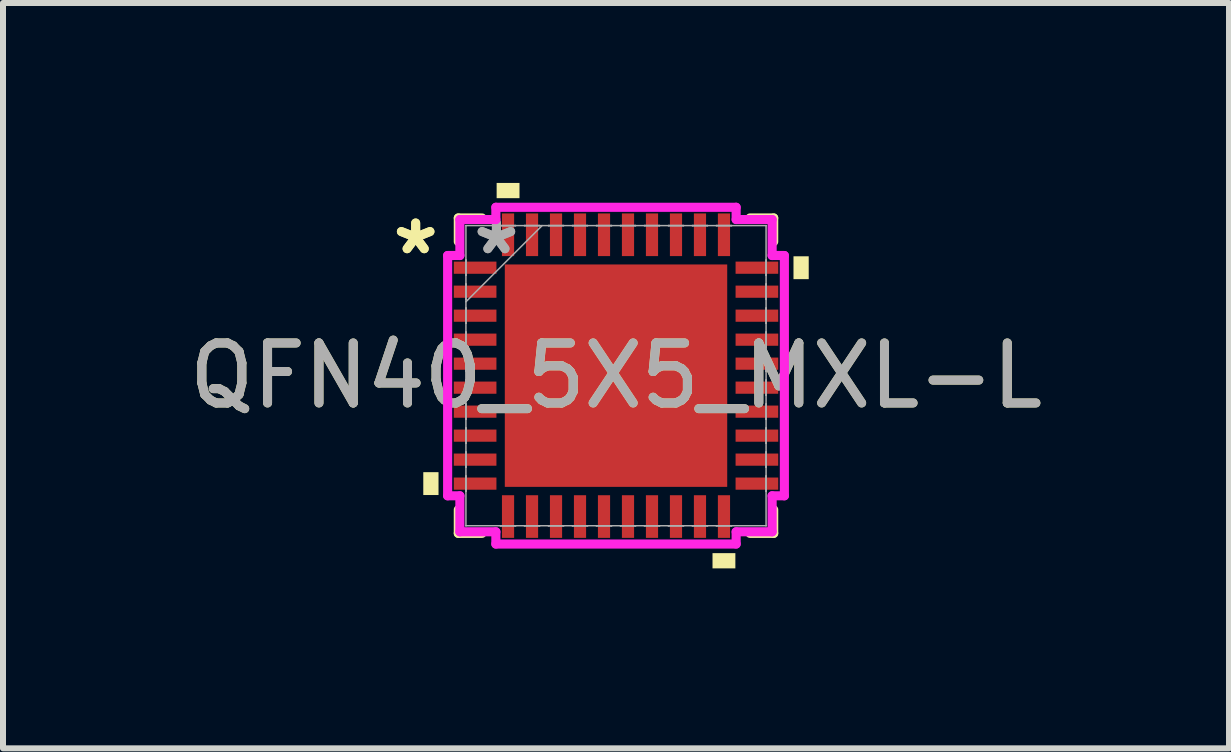
<source format=kicad_pcb>
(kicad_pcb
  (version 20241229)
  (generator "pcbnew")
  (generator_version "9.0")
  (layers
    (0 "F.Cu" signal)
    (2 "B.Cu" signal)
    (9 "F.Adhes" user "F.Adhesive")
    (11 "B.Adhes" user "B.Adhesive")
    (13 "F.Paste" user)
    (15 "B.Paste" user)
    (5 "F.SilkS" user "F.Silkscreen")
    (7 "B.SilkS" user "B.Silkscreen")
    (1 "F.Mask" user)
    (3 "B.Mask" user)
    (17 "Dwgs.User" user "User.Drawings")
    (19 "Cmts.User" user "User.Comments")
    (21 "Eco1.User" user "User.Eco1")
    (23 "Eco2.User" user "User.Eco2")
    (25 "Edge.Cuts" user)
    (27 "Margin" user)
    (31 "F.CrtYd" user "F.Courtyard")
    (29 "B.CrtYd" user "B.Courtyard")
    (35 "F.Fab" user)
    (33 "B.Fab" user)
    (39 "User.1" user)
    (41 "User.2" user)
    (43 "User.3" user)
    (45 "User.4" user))
  (footprint "QFN40_5X5_MXL-L"
    (layer "F.Cu")
    (at 7.22 3.213)
    (property "Reference" "QFN40_5X5_MXL-L" (at 0 0 0) (unlocked yes) (layer "F.SilkS") (effects (font (size 1 1) (thickness 0.15))))
    (attr smd)
    (fp_line (start -2.629 -2.629) (end -2.629 -2.234) (stroke (width 0.152) (type solid)) (layer "F.SilkS"))
    (fp_line (start -2.629 2.234) (end -2.629 2.629) (stroke (width 0.152) (type solid)) (layer "F.SilkS"))
    (fp_line (start -2.629 2.629) (end -2.234 2.629) (stroke (width 0.152) (type solid)) (layer "F.SilkS"))
    (fp_line (start -2.234 -2.629) (end -2.629 -2.629) (stroke (width 0.152) (type solid)) (layer "F.SilkS"))
    (fp_line (start 2.234 2.629) (end 2.629 2.629) (stroke (width 0.152) (type solid)) (layer "F.SilkS"))
    (fp_line (start 2.629 -2.629) (end 2.234 -2.629) (stroke (width 0.152) (type solid)) (layer "F.SilkS"))
    (fp_line (start 2.629 -2.234) (end 2.629 -2.629) (stroke (width 0.152) (type solid)) (layer "F.SilkS"))
    (fp_line (start 2.629 2.629) (end 2.629 2.234) (stroke (width 0.152) (type solid)) (layer "F.SilkS"))
    (fp_poly (pts (xy -3.213 1.609) (xy -3.213 1.99) (xy -2.959 1.99) (xy -2.959 1.609)) (stroke (width 0) (type solid)) (fill yes) (layer "F.SilkS"))
    (fp_poly (pts (xy -1.99 -2.959) (xy -1.99 -3.213) (xy -1.609 -3.213) (xy -1.609 -2.959)) (stroke (width 0) (type solid)) (fill yes) (layer "F.SilkS"))
    (fp_poly (pts (xy 1.609 2.959) (xy 1.609 3.213) (xy 1.99 3.213) (xy 1.99 2.959)) (stroke (width 0) (type solid)) (fill yes) (layer "F.SilkS"))
    (fp_poly (pts (xy 3.213 -1.99) (xy 3.213 -1.609) (xy 2.959 -1.609) (xy 2.959 -1.99)) (stroke (width 0) (type solid)) (fill yes) (layer "F.SilkS"))
    (fp_poly (pts (xy -1.754 -1.754) (xy -1.754 -0.1) (xy -0.1 -0.1) (xy -0.1 -1.754)) (stroke (width 0) (type solid)) (fill yes) (layer "F.Paste"))
    (fp_poly (pts (xy -1.754 0.1) (xy -1.754 1.754) (xy -0.1 1.754) (xy -0.1 0.1)) (stroke (width 0) (type solid)) (fill yes) (layer "F.Paste"))
    (fp_poly (pts (xy 0.1 -1.754) (xy 0.1 -0.1) (xy 1.754 -0.1) (xy 1.754 -1.754)) (stroke (width 0) (type solid)) (fill yes) (layer "F.Paste"))
    (fp_poly (pts (xy 0.1 0.1) (xy 0.1 1.754) (xy 1.754 1.754) (xy 1.754 0.1)) (stroke (width 0) (type solid)) (fill yes) (layer "F.Paste"))
    (fp_line (start -2.807 -2.003) (end -2.603 -2.003) (stroke (width 0.152) (type solid)) (layer "F.CrtYd"))
    (fp_line (start -2.807 2.003) (end -2.807 -2.003) (stroke (width 0.152) (type solid)) (layer "F.CrtYd"))
    (fp_line (start -2.603 -2.603) (end -2.003 -2.603) (stroke (width 0.152) (type solid)) (layer "F.CrtYd"))
    (fp_line (start -2.603 -2.003) (end -2.603 -2.603) (stroke (width 0.152) (type solid)) (layer "F.CrtYd"))
    (fp_line (start -2.603 2.003) (end -2.807 2.003) (stroke (width 0.152) (type solid)) (layer "F.CrtYd"))
    (fp_line (start -2.603 2.603) (end -2.603 2.003) (stroke (width 0.152) (type solid)) (layer "F.CrtYd"))
    (fp_line (start -2.003 -2.807) (end 2.003 -2.807) (stroke (width 0.152) (type solid)) (layer "F.CrtYd"))
    (fp_line (start -2.003 -2.603) (end -2.003 -2.807) (stroke (width 0.152) (type solid)) (layer "F.CrtYd"))
    (fp_line (start -2.003 2.603) (end -2.603 2.603) (stroke (width 0.152) (type solid)) (layer "F.CrtYd"))
    (fp_line (start -2.003 2.807) (end -2.003 2.603) (stroke (width 0.152) (type solid)) (layer "F.CrtYd"))
    (fp_line (start 2.003 -2.807) (end 2.003 -2.603) (stroke (width 0.152) (type solid)) (layer "F.CrtYd"))
    (fp_line (start 2.003 -2.603) (end 2.603 -2.603) (stroke (width 0.152) (type solid)) (layer "F.CrtYd"))
    (fp_line (start 2.003 2.603) (end 2.003 2.807) (stroke (width 0.152) (type solid)) (layer "F.CrtYd"))
    (fp_line (start 2.003 2.807) (end -2.003 2.807) (stroke (width 0.152) (type solid)) (layer "F.CrtYd"))
    (fp_line (start 2.603 -2.603) (end 2.603 -2.003) (stroke (width 0.152) (type solid)) (layer "F.CrtYd"))
    (fp_line (start 2.603 -2.003) (end 2.807 -2.003) (stroke (width 0.152) (type solid)) (layer "F.CrtYd"))
    (fp_line (start 2.603 2.003) (end 2.603 2.603) (stroke (width 0.152) (type solid)) (layer "F.CrtYd"))
    (fp_line (start 2.603 2.603) (end 2.003 2.603) (stroke (width 0.152) (type solid)) (layer "F.CrtYd"))
    (fp_line (start 2.807 -2.003) (end 2.807 2.003) (stroke (width 0.152) (type solid)) (layer "F.CrtYd"))
    (fp_line (start 2.807 2.003) (end 2.603 2.003) (stroke (width 0.152) (type solid)) (layer "F.CrtYd"))
    (fp_line (start -2.502 -2.502) (end -2.502 -2.502) (stroke (width 0.025) (type solid)) (layer "F.Fab"))
    (fp_line (start -2.502 -2.502) (end -2.502 2.502) (stroke (width 0.025) (type solid)) (layer "F.Fab"))
    (fp_line (start -2.502 -1.927) (end -2.502 -1.927) (stroke (width 0.025) (type solid)) (layer "F.Fab"))
    (fp_line (start -2.502 -1.927) (end -2.502 -1.673) (stroke (width 0.025) (type solid)) (layer "F.Fab"))
    (fp_line (start -2.502 -1.673) (end -2.502 -1.927) (stroke (width 0.025) (type solid)) (layer "F.Fab"))
    (fp_line (start -2.502 -1.673) (end -2.502 -1.673) (stroke (width 0.025) (type solid)) (layer "F.Fab"))
    (fp_line (start -2.502 -1.527) (end -2.502 -1.527) (stroke (width 0.025) (type solid)) (layer "F.Fab"))
    (fp_line (start -2.502 -1.527) (end -2.502 -1.273) (stroke (width 0.025) (type solid)) (layer "F.Fab"))
    (fp_line (start -2.502 -1.273) (end -2.502 -1.527) (stroke (width 0.025) (type solid)) (layer "F.Fab"))
    (fp_line (start -2.502 -1.273) (end -2.502 -1.273) (stroke (width 0.025) (type solid)) (layer "F.Fab"))
    (fp_line (start -2.502 -1.232) (end -1.232 -2.502) (stroke (width 0.025) (type solid)) (layer "F.Fab"))
    (fp_line (start -2.502 -1.127) (end -2.502 -1.127) (stroke (width 0.025) (type solid)) (layer "F.Fab"))
    (fp_line (start -2.502 -1.127) (end -2.502 -0.873) (stroke (width 0.025) (type solid)) (layer "F.Fab"))
    (fp_line (start -2.502 -0.873) (end -2.502 -1.127) (stroke (width 0.025) (type solid)) (layer "F.Fab"))
    (fp_line (start -2.502 -0.873) (end -2.502 -0.873) (stroke (width 0.025) (type solid)) (layer "F.Fab"))
    (fp_line (start -2.502 -0.727) (end -2.502 -0.727) (stroke (width 0.025) (type solid)) (layer "F.Fab"))
    (fp_line (start -2.502 -0.727) (end -2.502 -0.473) (stroke (width 0.025) (type solid)) (layer "F.Fab"))
    (fp_line (start -2.502 -0.473) (end -2.502 -0.727) (stroke (width 0.025) (type solid)) (layer "F.Fab"))
    (fp_line (start -2.502 -0.473) (end -2.502 -0.473) (stroke (width 0.025) (type solid)) (layer "F.Fab"))
    (fp_line (start -2.502 -0.327) (end -2.502 -0.327) (stroke (width 0.025) (type solid)) (layer "F.Fab"))
    (fp_line (start -2.502 -0.327) (end -2.502 -0.073) (stroke (width 0.025) (type solid)) (layer "F.Fab"))
    (fp_line (start -2.502 -0.073) (end -2.502 -0.327) (stroke (width 0.025) (type solid)) (layer "F.Fab"))
    (fp_line (start -2.502 -0.073) (end -2.502 -0.073) (stroke (width 0.025) (type solid)) (layer "F.Fab"))
    (fp_line (start -2.502 0.073) (end -2.502 0.073) (stroke (width 0.025) (type solid)) (layer "F.Fab"))
    (fp_line (start -2.502 0.073) (end -2.502 0.327) (stroke (width 0.025) (type solid)) (layer "F.Fab"))
    (fp_line (start -2.502 0.327) (end -2.502 0.073) (stroke (width 0.025) (type solid)) (layer "F.Fab"))
    (fp_line (start -2.502 0.327) (end -2.502 0.327) (stroke (width 0.025) (type solid)) (layer "F.Fab"))
    (fp_line (start -2.502 0.473) (end -2.502 0.473) (stroke (width 0.025) (type solid)) (layer "F.Fab"))
    (fp_line (start -2.502 0.473) (end -2.502 0.727) (stroke (width 0.025) (type solid)) (layer "F.Fab"))
    (fp_line (start -2.502 0.727) (end -2.502 0.473) (stroke (width 0.025) (type solid)) (layer "F.Fab"))
    (fp_line (start -2.502 0.727) (end -2.502 0.727) (stroke (width 0.025) (type solid)) (layer "F.Fab"))
    (fp_line (start -2.502 0.873) (end -2.502 0.873) (stroke (width 0.025) (type solid)) (layer "F.Fab"))
    (fp_line (start -2.502 0.873) (end -2.502 1.127) (stroke (width 0.025) (type solid)) (layer "F.Fab"))
    (fp_line (start -2.502 1.127) (end -2.502 0.873) (stroke (width 0.025) (type solid)) (layer "F.Fab"))
    (fp_line (start -2.502 1.127) (end -2.502 1.127) (stroke (width 0.025) (type solid)) (layer "F.Fab"))
    (fp_line (start -2.502 1.273) (end -2.502 1.273) (stroke (width 0.025) (type solid)) (layer "F.Fab"))
    (fp_line (start -2.502 1.273) (end -2.502 1.527) (stroke (width 0.025) (type solid)) (layer "F.Fab"))
    (fp_line (start -2.502 1.527) (end -2.502 1.273) (stroke (width 0.025) (type solid)) (layer "F.Fab"))
    (fp_line (start -2.502 1.527) (end -2.502 1.527) (stroke (width 0.025) (type solid)) (layer "F.Fab"))
    (fp_line (start -2.502 1.673) (end -2.502 1.673) (stroke (width 0.025) (type solid)) (layer "F.Fab"))
    (fp_line (start -2.502 1.673) (end -2.502 1.927) (stroke (width 0.025) (type solid)) (layer "F.Fab"))
    (fp_line (start -2.502 1.927) (end -2.502 1.673) (stroke (width 0.025) (type solid)) (layer "F.Fab"))
    (fp_line (start -2.502 1.927) (end -2.502 1.927) (stroke (width 0.025) (type solid)) (layer "F.Fab"))
    (fp_line (start -2.502 2.502) (end -2.502 2.502) (stroke (width 0.025) (type solid)) (layer "F.Fab"))
    (fp_line (start -2.502 2.502) (end 2.502 2.502) (stroke (width 0.025) (type solid)) (layer "F.Fab"))
    (fp_line (start -1.927 -2.502) (end -1.927 -2.502) (stroke (width 0.025) (type solid)) (layer "F.Fab"))
    (fp_line (start -1.927 -2.502) (end -1.673 -2.502) (stroke (width 0.025) (type solid)) (layer "F.Fab"))
    (fp_line (start -1.927 2.502) (end -1.927 2.502) (stroke (width 0.025) (type solid)) (layer "F.Fab"))
    (fp_line (start -1.927 2.502) (end -1.673 2.502) (stroke (width 0.025) (type solid)) (layer "F.Fab"))
    (fp_line (start -1.673 -2.502) (end -1.927 -2.502) (stroke (width 0.025) (type solid)) (layer "F.Fab"))
    (fp_line (start -1.673 -2.502) (end -1.673 -2.502) (stroke (width 0.025) (type solid)) (layer "F.Fab"))
    (fp_line (start -1.673 2.502) (end -1.927 2.502) (stroke (width 0.025) (type solid)) (layer "F.Fab"))
    (fp_line (start -1.673 2.502) (end -1.673 2.502) (stroke (width 0.025) (type solid)) (layer "F.Fab"))
    (fp_line (start -1.527 -2.502) (end -1.527 -2.502) (stroke (width 0.025) (type solid)) (layer "F.Fab"))
    (fp_line (start -1.527 -2.502) (end -1.273 -2.502) (stroke (width 0.025) (type solid)) (layer "F.Fab"))
    (fp_line (start -1.527 2.502) (end -1.527 2.502) (stroke (width 0.025) (type solid)) (layer "F.Fab"))
    (fp_line (start -1.527 2.502) (end -1.273 2.502) (stroke (width 0.025) (type solid)) (layer "F.Fab"))
    (fp_line (start -1.273 -2.502) (end -1.527 -2.502) (stroke (width 0.025) (type solid)) (layer "F.Fab"))
    (fp_line (start -1.273 -2.502) (end -1.273 -2.502) (stroke (width 0.025) (type solid)) (layer "F.Fab"))
    (fp_line (start -1.273 2.502) (end -1.527 2.502) (stroke (width 0.025) (type solid)) (layer "F.Fab"))
    (fp_line (start -1.273 2.502) (end -1.273 2.502) (stroke (width 0.025) (type solid)) (layer "F.Fab"))
    (fp_line (start -1.127 -2.502) (end -1.127 -2.502) (stroke (width 0.025) (type solid)) (layer "F.Fab"))
    (fp_line (start -1.127 -2.502) (end -0.873 -2.502) (stroke (width 0.025) (type solid)) (layer "F.Fab"))
    (fp_line (start -1.127 2.502) (end -1.127 2.502) (stroke (width 0.025) (type solid)) (layer "F.Fab"))
    (fp_line (start -1.127 2.502) (end -0.873 2.502) (stroke (width 0.025) (type solid)) (layer "F.Fab"))
    (fp_line (start -0.873 -2.502) (end -1.127 -2.502) (stroke (width 0.025) (type solid)) (layer "F.Fab"))
    (fp_line (start -0.873 -2.502) (end -0.873 -2.502) (stroke (width 0.025) (type solid)) (layer "F.Fab"))
    (fp_line (start -0.873 2.502) (end -1.127 2.502) (stroke (width 0.025) (type solid)) (layer "F.Fab"))
    (fp_line (start -0.873 2.502) (end -0.873 2.502) (stroke (width 0.025) (type solid)) (layer "F.Fab"))
    (fp_line (start -0.727 -2.502) (end -0.727 -2.502) (stroke (width 0.025) (type solid)) (layer "F.Fab"))
    (fp_line (start -0.727 -2.502) (end -0.473 -2.502) (stroke (width 0.025) (type solid)) (layer "F.Fab"))
    (fp_line (start -0.727 2.502) (end -0.727 2.502) (stroke (width 0.025) (type solid)) (layer "F.Fab"))
    (fp_line (start -0.727 2.502) (end -0.473 2.502) (stroke (width 0.025) (type solid)) (layer "F.Fab"))
    (fp_line (start -0.473 -2.502) (end -0.727 -2.502) (stroke (width 0.025) (type solid)) (layer "F.Fab"))
    (fp_line (start -0.473 -2.502) (end -0.473 -2.502) (stroke (width 0.025) (type solid)) (layer "F.Fab"))
    (fp_line (start -0.473 2.502) (end -0.727 2.502) (stroke (width 0.025) (type solid)) (layer "F.Fab"))
    (fp_line (start -0.473 2.502) (end -0.473 2.502) (stroke (width 0.025) (type solid)) (layer "F.Fab"))
    (fp_line (start -0.327 -2.502) (end -0.327 -2.502) (stroke (width 0.025) (type solid)) (layer "F.Fab"))
    (fp_line (start -0.327 -2.502) (end -0.073 -2.502) (stroke (width 0.025) (type solid)) (layer "F.Fab"))
    (fp_line (start -0.327 2.502) (end -0.327 2.502) (stroke (width 0.025) (type solid)) (layer "F.Fab"))
    (fp_line (start -0.327 2.502) (end -0.073 2.502) (stroke (width 0.025) (type solid)) (layer "F.Fab"))
    (fp_line (start -0.073 -2.502) (end -0.327 -2.502) (stroke (width 0.025) (type solid)) (layer "F.Fab"))
    (fp_line (start -0.073 -2.502) (end -0.073 -2.502) (stroke (width 0.025) (type solid)) (layer "F.Fab"))
    (fp_line (start -0.073 2.502) (end -0.327 2.502) (stroke (width 0.025) (type solid)) (layer "F.Fab"))
    (fp_line (start -0.073 2.502) (end -0.073 2.502) (stroke (width 0.025) (type solid)) (layer "F.Fab"))
    (fp_line (start 0.073 -2.502) (end 0.073 -2.502) (stroke (width 0.025) (type solid)) (layer "F.Fab"))
    (fp_line (start 0.073 -2.502) (end 0.327 -2.502) (stroke (width 0.025) (type solid)) (layer "F.Fab"))
    (fp_line (start 0.073 2.502) (end 0.073 2.502) (stroke (width 0.025) (type solid)) (layer "F.Fab"))
    (fp_line (start 0.073 2.502) (end 0.327 2.502) (stroke (width 0.025) (type solid)) (layer "F.Fab"))
    (fp_line (start 0.327 -2.502) (end 0.073 -2.502) (stroke (width 0.025) (type solid)) (layer "F.Fab"))
    (fp_line (start 0.327 -2.502) (end 0.327 -2.502) (stroke (width 0.025) (type solid)) (layer "F.Fab"))
    (fp_line (start 0.327 2.502) (end 0.073 2.502) (stroke (width 0.025) (type solid)) (layer "F.Fab"))
    (fp_line (start 0.327 2.502) (end 0.327 2.502) (stroke (width 0.025) (type solid)) (layer "F.Fab"))
    (fp_line (start 0.473 -2.502) (end 0.473 -2.502) (stroke (width 0.025) (type solid)) (layer "F.Fab"))
    (fp_line (start 0.473 -2.502) (end 0.727 -2.502) (stroke (width 0.025) (type solid)) (layer "F.Fab"))
    (fp_line (start 0.473 2.502) (end 0.473 2.502) (stroke (width 0.025) (type solid)) (layer "F.Fab"))
    (fp_line (start 0.473 2.502) (end 0.727 2.502) (stroke (width 0.025) (type solid)) (layer "F.Fab"))
    (fp_line (start 0.727 -2.502) (end 0.473 -2.502) (stroke (width 0.025) (type solid)) (layer "F.Fab"))
    (fp_line (start 0.727 -2.502) (end 0.727 -2.502) (stroke (width 0.025) (type solid)) (layer "F.Fab"))
    (fp_line (start 0.727 2.502) (end 0.473 2.502) (stroke (width 0.025) (type solid)) (layer "F.Fab"))
    (fp_line (start 0.727 2.502) (end 0.727 2.502) (stroke (width 0.025) (type solid)) (layer "F.Fab"))
    (fp_line (start 0.873 -2.502) (end 0.873 -2.502) (stroke (width 0.025) (type solid)) (layer "F.Fab"))
    (fp_line (start 0.873 -2.502) (end 1.127 -2.502) (stroke (width 0.025) (type solid)) (layer "F.Fab"))
    (fp_line (start 0.873 2.502) (end 0.873 2.502) (stroke (width 0.025) (type solid)) (layer "F.Fab"))
    (fp_line (start 0.873 2.502) (end 1.127 2.502) (stroke (width 0.025) (type solid)) (layer "F.Fab"))
    (fp_line (start 1.127 -2.502) (end 0.873 -2.502) (stroke (width 0.025) (type solid)) (layer "F.Fab"))
    (fp_line (start 1.127 -2.502) (end 1.127 -2.502) (stroke (width 0.025) (type solid)) (layer "F.Fab"))
    (fp_line (start 1.127 2.502) (end 0.873 2.502) (stroke (width 0.025) (type solid)) (layer "F.Fab"))
    (fp_line (start 1.127 2.502) (end 1.127 2.502) (stroke (width 0.025) (type solid)) (layer "F.Fab"))
    (fp_line (start 1.273 -2.502) (end 1.273 -2.502) (stroke (width 0.025) (type solid)) (layer "F.Fab"))
    (fp_line (start 1.273 -2.502) (end 1.527 -2.502) (stroke (width 0.025) (type solid)) (layer "F.Fab"))
    (fp_line (start 1.273 2.502) (end 1.273 2.502) (stroke (width 0.025) (type solid)) (layer "F.Fab"))
    (fp_line (start 1.273 2.502) (end 1.527 2.502) (stroke (width 0.025) (type solid)) (layer "F.Fab"))
    (fp_line (start 1.527 -2.502) (end 1.273 -2.502) (stroke (width 0.025) (type solid)) (layer "F.Fab"))
    (fp_line (start 1.527 -2.502) (end 1.527 -2.502) (stroke (width 0.025) (type solid)) (layer "F.Fab"))
    (fp_line (start 1.527 2.502) (end 1.273 2.502) (stroke (width 0.025) (type solid)) (layer "F.Fab"))
    (fp_line (start 1.527 2.502) (end 1.527 2.502) (stroke (width 0.025) (type solid)) (layer "F.Fab"))
    (fp_line (start 1.673 -2.502) (end 1.673 -2.502) (stroke (width 0.025) (type solid)) (layer "F.Fab"))
    (fp_line (start 1.673 -2.502) (end 1.927 -2.502) (stroke (width 0.025) (type solid)) (layer "F.Fab"))
    (fp_line (start 1.673 2.502) (end 1.673 2.502) (stroke (width 0.025) (type solid)) (layer "F.Fab"))
    (fp_line (start 1.673 2.502) (end 1.927 2.502) (stroke (width 0.025) (type solid)) (layer "F.Fab"))
    (fp_line (start 1.927 -2.502) (end 1.673 -2.502) (stroke (width 0.025) (type solid)) (layer "F.Fab"))
    (fp_line (start 1.927 -2.502) (end 1.927 -2.502) (stroke (width 0.025) (type solid)) (layer "F.Fab"))
    (fp_line (start 1.927 2.502) (end 1.673 2.502) (stroke (width 0.025) (type solid)) (layer "F.Fab"))
    (fp_line (start 1.927 2.502) (end 1.927 2.502) (stroke (width 0.025) (type solid)) (layer "F.Fab"))
    (fp_line (start 2.502 -2.502) (end -2.502 -2.502) (stroke (width 0.025) (type solid)) (layer "F.Fab"))
    (fp_line (start 2.502 -2.502) (end 2.502 -2.502) (stroke (width 0.025) (type solid)) (layer "F.Fab"))
    (fp_line (start 2.502 -1.927) (end 2.502 -1.927) (stroke (width 0.025) (type solid)) (layer "F.Fab"))
    (fp_line (start 2.502 -1.927) (end 2.502 -1.673) (stroke (width 0.025) (type solid)) (layer "F.Fab"))
    (fp_line (start 2.502 -1.673) (end 2.502 -1.927) (stroke (width 0.025) (type solid)) (layer "F.Fab"))
    (fp_line (start 2.502 -1.673) (end 2.502 -1.673) (stroke (width 0.025) (type solid)) (layer "F.Fab"))
    (fp_line (start 2.502 -1.527) (end 2.502 -1.527) (stroke (width 0.025) (type solid)) (layer "F.Fab"))
    (fp_line (start 2.502 -1.527) (end 2.502 -1.273) (stroke (width 0.025) (type solid)) (layer "F.Fab"))
    (fp_line (start 2.502 -1.273) (end 2.502 -1.527) (stroke (width 0.025) (type solid)) (layer "F.Fab"))
    (fp_line (start 2.502 -1.273) (end 2.502 -1.273) (stroke (width 0.025) (type solid)) (layer "F.Fab"))
    (fp_line (start 2.502 -1.127) (end 2.502 -1.127) (stroke (width 0.025) (type solid)) (layer "F.Fab"))
    (fp_line (start 2.502 -1.127) (end 2.502 -0.873) (stroke (width 0.025) (type solid)) (layer "F.Fab"))
    (fp_line (start 2.502 -0.873) (end 2.502 -1.127) (stroke (width 0.025) (type solid)) (layer "F.Fab"))
    (fp_line (start 2.502 -0.873) (end 2.502 -0.873) (stroke (width 0.025) (type solid)) (layer "F.Fab"))
    (fp_line (start 2.502 -0.727) (end 2.502 -0.727) (stroke (width 0.025) (type solid)) (layer "F.Fab"))
    (fp_line (start 2.502 -0.727) (end 2.502 -0.473) (stroke (width 0.025) (type solid)) (layer "F.Fab"))
    (fp_line (start 2.502 -0.473) (end 2.502 -0.727) (stroke (width 0.025) (type solid)) (layer "F.Fab"))
    (fp_line (start 2.502 -0.473) (end 2.502 -0.473) (stroke (width 0.025) (type solid)) (layer "F.Fab"))
    (fp_line (start 2.502 -0.327) (end 2.502 -0.327) (stroke (width 0.025) (type solid)) (layer "F.Fab"))
    (fp_line (start 2.502 -0.327) (end 2.502 -0.073) (stroke (width 0.025) (type solid)) (layer "F.Fab"))
    (fp_line (start 2.502 -0.073) (end 2.502 -0.327) (stroke (width 0.025) (type solid)) (layer "F.Fab"))
    (fp_line (start 2.502 -0.073) (end 2.502 -0.073) (stroke (width 0.025) (type solid)) (layer "F.Fab"))
    (fp_line (start 2.502 0.073) (end 2.502 0.073) (stroke (width 0.025) (type solid)) (layer "F.Fab"))
    (fp_line (start 2.502 0.073) (end 2.502 0.327) (stroke (width 0.025) (type solid)) (layer "F.Fab"))
    (fp_line (start 2.502 0.327) (end 2.502 0.073) (stroke (width 0.025) (type solid)) (layer "F.Fab"))
    (fp_line (start 2.502 0.327) (end 2.502 0.327) (stroke (width 0.025) (type solid)) (layer "F.Fab"))
    (fp_line (start 2.502 0.473) (end 2.502 0.473) (stroke (width 0.025) (type solid)) (layer "F.Fab"))
    (fp_line (start 2.502 0.473) (end 2.502 0.727) (stroke (width 0.025) (type solid)) (layer "F.Fab"))
    (fp_line (start 2.502 0.727) (end 2.502 0.473) (stroke (width 0.025) (type solid)) (layer "F.Fab"))
    (fp_line (start 2.502 0.727) (end 2.502 0.727) (stroke (width 0.025) (type solid)) (layer "F.Fab"))
    (fp_line (start 2.502 0.873) (end 2.502 0.873) (stroke (width 0.025) (type solid)) (layer "F.Fab"))
    (fp_line (start 2.502 0.873) (end 2.502 1.127) (stroke (width 0.025) (type solid)) (layer "F.Fab"))
    (fp_line (start 2.502 1.127) (end 2.502 0.873) (stroke (width 0.025) (type solid)) (layer "F.Fab"))
    (fp_line (start 2.502 1.127) (end 2.502 1.127) (stroke (width 0.025) (type solid)) (layer "F.Fab"))
    (fp_line (start 2.502 1.273) (end 2.502 1.273) (stroke (width 0.025) (type solid)) (layer "F.Fab"))
    (fp_line (start 2.502 1.273) (end 2.502 1.527) (stroke (width 0.025) (type solid)) (layer "F.Fab"))
    (fp_line (start 2.502 1.527) (end 2.502 1.273) (stroke (width 0.025) (type solid)) (layer "F.Fab"))
    (fp_line (start 2.502 1.527) (end 2.502 1.527) (stroke (width 0.025) (type solid)) (layer "F.Fab"))
    (fp_line (start 2.502 1.673) (end 2.502 1.673) (stroke (width 0.025) (type solid)) (layer "F.Fab"))
    (fp_line (start 2.502 1.673) (end 2.502 1.927) (stroke (width 0.025) (type solid)) (layer "F.Fab"))
    (fp_line (start 2.502 1.927) (end 2.502 1.673) (stroke (width 0.025) (type solid)) (layer "F.Fab"))
    (fp_line (start 2.502 1.927) (end 2.502 1.927) (stroke (width 0.025) (type solid)) (layer "F.Fab"))
    (fp_line (start 2.502 2.502) (end 2.502 -2.502) (stroke (width 0.025) (type solid)) (layer "F.Fab"))
    (fp_line (start 2.502 2.502) (end 2.502 2.502) (stroke (width 0.025) (type solid)) (layer "F.Fab"))
    (fp_text user "*" (at -3.34 -2 0) (layer "F.SilkS") (effects (font (size 1 1) (thickness 0.15))))
    (fp_text user "*" (at -3.34 -2 0) (unlocked yes) (layer "F.SilkS") (effects (font (size 1 1) (thickness 0.15))))
    (fp_text user "*" (at -1.994 -2 0) (unlocked yes) (layer "F.Fab") (effects (font (size 1 1) (thickness 0.15))))
    (fp_text user "${REFERENCE}" (at 0 0 0) (unlocked yes) (layer "F.Fab") (effects (font (size 1 1) (thickness 0.15))))
    (fp_text user "*" (at -1.994 -2 0) (layer "F.Fab") (effects (font (size 1 1) (thickness 0.15))))
    (pad "1" smd rect (at -2.349 -1.8 90) (size 0.203 0.711) (layers "F.Cu" "F.Mask" "F.Paste"))
    (pad "2" smd rect (at -2.349 -1.4 90) (size 0.203 0.711) (layers "F.Cu" "F.Mask" "F.Paste"))
    (pad "3" smd rect (at -2.349 -1 90) (size 0.203 0.711) (layers "F.Cu" "F.Mask" "F.Paste"))
    (pad "4" smd rect (at -2.349 -0.6 90) (size 0.203 0.711) (layers "F.Cu" "F.Mask" "F.Paste"))
    (pad "5" smd rect (at -2.349 -0.2 90) (size 0.203 0.711) (layers "F.Cu" "F.Mask" "F.Paste"))
    (pad "6" smd rect (at -2.349 0.2 90) (size 0.203 0.711) (layers "F.Cu" "F.Mask" "F.Paste"))
    (pad "7" smd rect (at -2.349 0.6 90) (size 0.203 0.711) (layers "F.Cu" "F.Mask" "F.Paste"))
    (pad "8" smd rect (at -2.349 1 90) (size 0.203 0.711) (layers "F.Cu" "F.Mask" "F.Paste"))
    (pad "9" smd rect (at -2.349 1.4 90) (size 0.203 0.711) (layers "F.Cu" "F.Mask" "F.Paste"))
    (pad "10" smd rect (at -2.349 1.8 90) (size 0.203 0.711) (layers "F.Cu" "F.Mask" "F.Paste"))
    (pad "11" smd rect (at -1.8 2.349) (size 0.203 0.711) (layers "F.Cu" "F.Mask" "F.Paste"))
    (pad "12" smd rect (at -1.4 2.349) (size 0.203 0.711) (layers "F.Cu" "F.Mask" "F.Paste"))
    (pad "13" smd rect (at -1 2.349) (size 0.203 0.711) (layers "F.Cu" "F.Mask" "F.Paste"))
    (pad "14" smd rect (at -0.6 2.349) (size 0.203 0.711) (layers "F.Cu" "F.Mask" "F.Paste"))
    (pad "15" smd rect (at -0.2 2.349) (size 0.203 0.711) (layers "F.Cu" "F.Mask" "F.Paste"))
    (pad "16" smd rect (at 0.2 2.349) (size 0.203 0.711) (layers "F.Cu" "F.Mask" "F.Paste"))
    (pad "17" smd rect (at 0.6 2.349) (size 0.203 0.711) (layers "F.Cu" "F.Mask" "F.Paste"))
    (pad "18" smd rect (at 1 2.349) (size 0.203 0.711) (layers "F.Cu" "F.Mask" "F.Paste"))
    (pad "19" smd rect (at 1.4 2.349) (size 0.203 0.711) (layers "F.Cu" "F.Mask" "F.Paste"))
    (pad "20" smd rect (at 1.8 2.349) (size 0.203 0.711) (layers "F.Cu" "F.Mask" "F.Paste"))
    (pad "21" smd rect (at 2.349 1.8 90) (size 0.203 0.711) (layers "F.Cu" "F.Mask" "F.Paste"))
    (pad "22" smd rect (at 2.349 1.4 90) (size 0.203 0.711) (layers "F.Cu" "F.Mask" "F.Paste"))
    (pad "23" smd rect (at 2.349 1 90) (size 0.203 0.711) (layers "F.Cu" "F.Mask" "F.Paste"))
    (pad "24" smd rect (at 2.349 0.6 90) (size 0.203 0.711) (layers "F.Cu" "F.Mask" "F.Paste"))
    (pad "25" smd rect (at 2.349 0.2 90) (size 0.203 0.711) (layers "F.Cu" "F.Mask" "F.Paste"))
    (pad "26" smd rect (at 2.349 -0.2 90) (size 0.203 0.711) (layers "F.Cu" "F.Mask" "F.Paste"))
    (pad "27" smd rect (at 2.349 -0.6 90) (size 0.203 0.711) (layers "F.Cu" "F.Mask" "F.Paste"))
    (pad "28" smd rect (at 2.349 -1 90) (size 0.203 0.711) (layers "F.Cu" "F.Mask" "F.Paste"))
    (pad "29" smd rect (at 2.349 -1.4 90) (size 0.203 0.711) (layers "F.Cu" "F.Mask" "F.Paste"))
    (pad "30" smd rect (at 2.349 -1.8 90) (size 0.203 0.711) (layers "F.Cu" "F.Mask" "F.Paste"))
    (pad "31" smd rect (at 1.8 -2.349) (size 0.203 0.711) (layers "F.Cu" "F.Mask" "F.Paste"))
    (pad "32" smd rect (at 1.4 -2.349) (size 0.203 0.711) (layers "F.Cu" "F.Mask" "F.Paste"))
    (pad "33" smd rect (at 1 -2.349) (size 0.203 0.711) (layers "F.Cu" "F.Mask" "F.Paste"))
    (pad "34" smd rect (at 0.6 -2.349) (size 0.203 0.711) (layers "F.Cu" "F.Mask" "F.Paste"))
    (pad "35" smd rect (at 0.2 -2.349) (size 0.203 0.711) (layers "F.Cu" "F.Mask" "F.Paste"))
    (pad "36" smd rect (at -0.2 -2.349) (size 0.203 0.711) (layers "F.Cu" "F.Mask" "F.Paste"))
    (pad "37" smd rect (at -0.6 -2.349) (size 0.203 0.711) (layers "F.Cu" "F.Mask" "F.Paste"))
    (pad "38" smd rect (at -1 -2.349) (size 0.203 0.711) (layers "F.Cu" "F.Mask" "F.Paste"))
    (pad "39" smd rect (at -1.4 -2.349) (size 0.203 0.711) (layers "F.Cu" "F.Mask" "F.Paste"))
    (pad "40" smd rect (at -1.8 -2.349) (size 0.203 0.711) (layers "F.Cu" "F.Mask" "F.Paste"))
    (pad "41" smd rect (at 0 0) (size 3.708 3.708) (layers "F.Cu" "F.Mask" "F.Paste")))
  (gr_rect
    (start -3 -3)
    (end 17.44 9.426)
    (stroke (width 0.1) (type default))
    (fill no)
    (layer "Edge.Cuts")))
</source>
